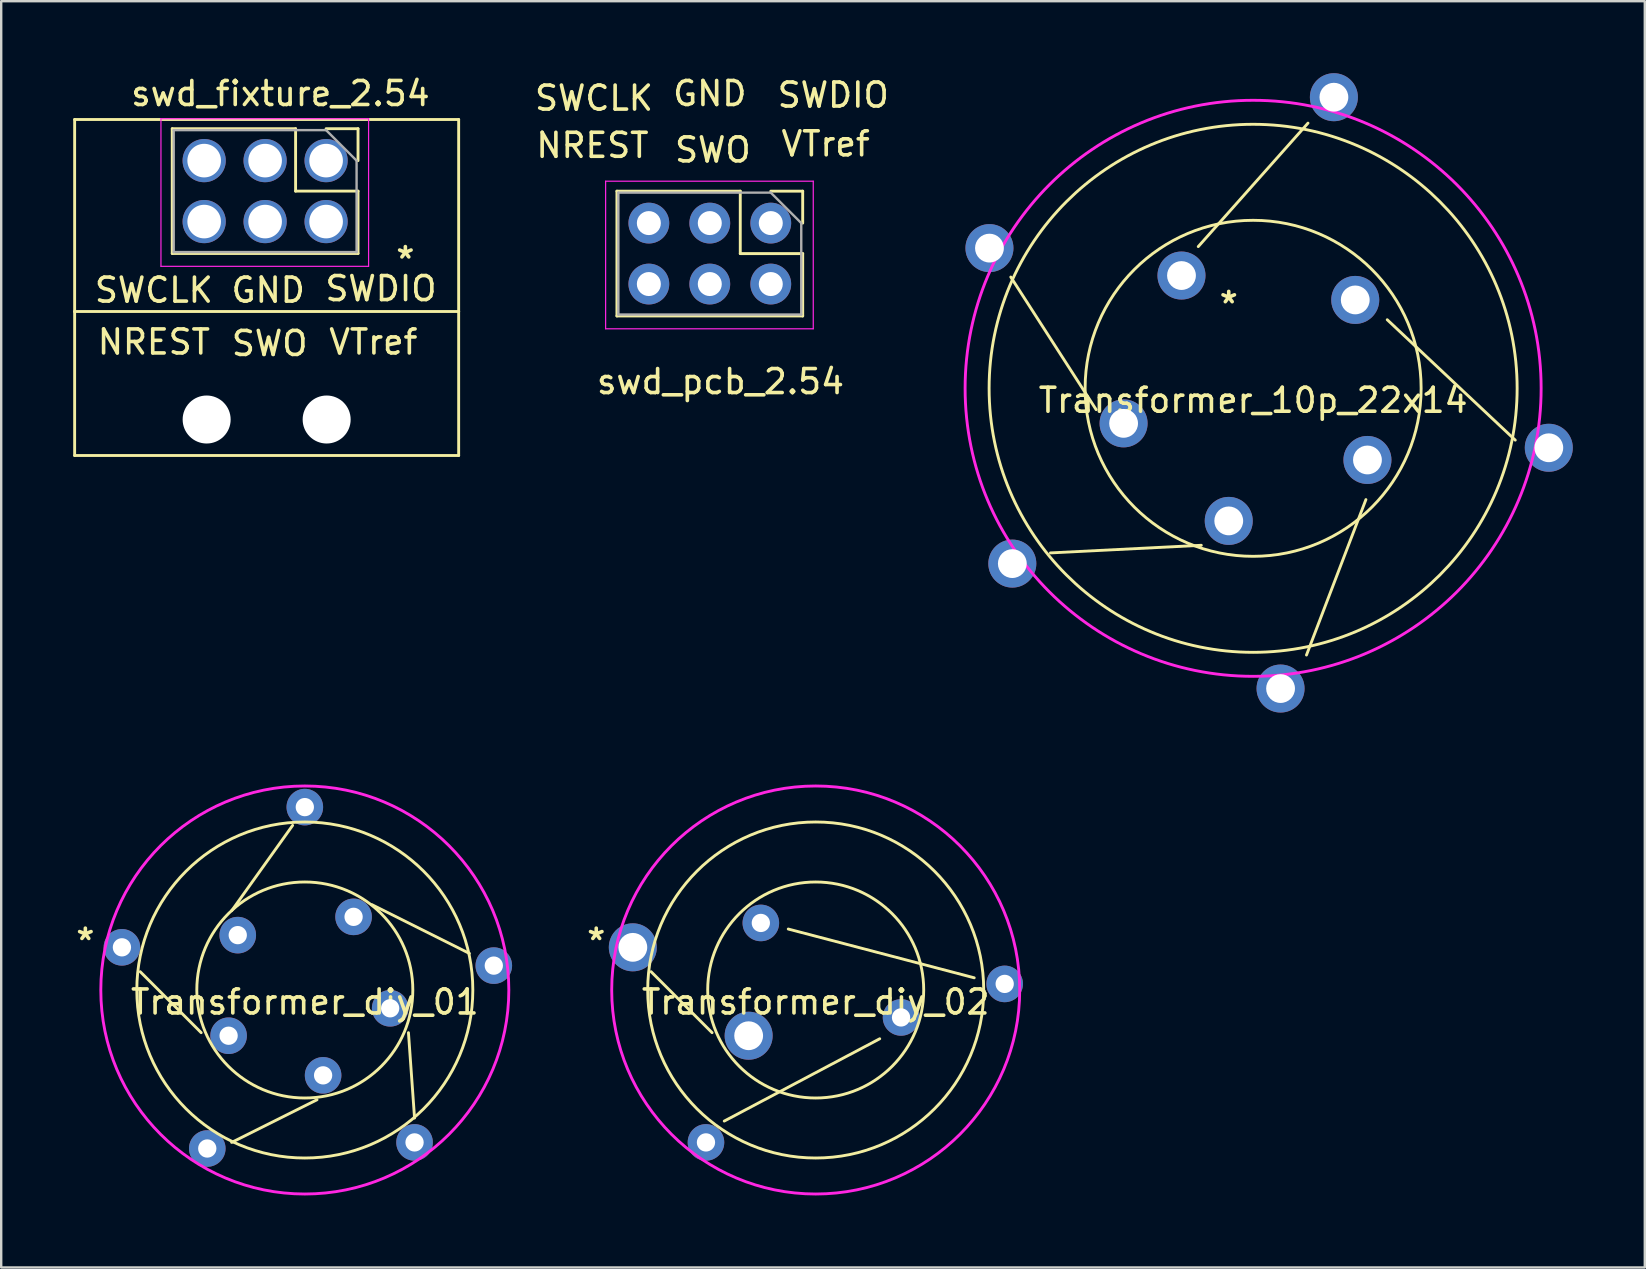
<source format=kicad_pcb>
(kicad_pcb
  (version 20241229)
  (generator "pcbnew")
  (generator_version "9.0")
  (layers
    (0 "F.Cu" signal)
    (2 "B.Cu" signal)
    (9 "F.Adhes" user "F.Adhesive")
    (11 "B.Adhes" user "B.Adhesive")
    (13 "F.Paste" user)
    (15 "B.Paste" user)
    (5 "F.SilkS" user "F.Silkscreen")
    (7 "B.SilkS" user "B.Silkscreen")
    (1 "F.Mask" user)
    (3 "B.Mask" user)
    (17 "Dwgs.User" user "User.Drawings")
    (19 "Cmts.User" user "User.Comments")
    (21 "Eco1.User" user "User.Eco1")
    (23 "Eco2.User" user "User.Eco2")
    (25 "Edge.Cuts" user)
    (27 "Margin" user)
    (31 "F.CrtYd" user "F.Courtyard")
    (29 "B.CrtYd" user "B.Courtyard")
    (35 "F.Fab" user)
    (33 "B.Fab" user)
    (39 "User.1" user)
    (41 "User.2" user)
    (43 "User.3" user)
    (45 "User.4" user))
  (footprint "Transformer_10p_22x14"
    (layer "F.Cu")
    (at 49.161 13.129)
    (property "Reference" "Transformer_10p_22x14" (at 0 0.5 0) (layer "F.SilkS") (effects (font (size 1 1) (thickness 0.15))))
    (attr through_hole)
    (fp_line (start -6.54 0.889) (end -10.097 -4.636) (stroke (width 0.12) (type solid)) (layer "F.SilkS"))
    (fp_line (start -2.286 -5.905) (end 2.286 -11.049) (stroke (width 0.12) (type solid)) (layer "F.SilkS"))
    (fp_line (start -2.159 6.54) (end -8.445 6.858) (stroke (width 0.12) (type solid)) (layer "F.SilkS"))
    (fp_line (start 4.699 4.636) (end 2.223 11.113) (stroke (width 0.12) (type solid)) (layer "F.SilkS"))
    (fp_line (start 5.588 -2.857) (end 10.922 2.159) (stroke (width 0.12) (type solid)) (layer "F.SilkS"))
    (fp_circle (center 0 0) (end 7 0) (stroke (width 0.12) (type solid)) (fill no) (layer "F.SilkS"))
    (fp_circle (center 0 0) (end 11 0) (stroke (width 0.12) (type solid)) (fill no) (layer "F.SilkS"))
    (fp_circle (center 0 0) (end 12 0) (stroke (width 0.12) (type solid)) (fill no) (layer "F.CrtYd"))
    (fp_text user "*" (at -1.016 -3.493 0) (layer "F.SilkS") (effects (font (size 1 1) (thickness 0.15))))
    (pad "1" thru_hole circle (at -2.985 -4.699) (size 2 2) (drill 1.2) (layers "*.Cu" "*.Mask"))
    (pad "2" thru_hole circle (at 3.365 -12.129) (size 2 2) (drill 1.2) (layers "*.Cu" "*.Mask"))
    (pad "3" thru_hole circle (at 4.255 -3.683) (size 2 2) (drill 1.2) (layers "*.Cu" "*.Mask"))
    (pad "4" thru_hole circle (at 12.319 2.477) (size 2 2) (drill 1.2) (layers "*.Cu" "*.Mask"))
    (pad "5" thru_hole circle (at 4.763 2.985) (size 2 2) (drill 1.2) (layers "*.Cu" "*.Mask"))
    (pad "6" thru_hole circle (at 1.143 12.509) (size 2 2) (drill 1.2) (layers "*.Cu" "*.Mask"))
    (pad "7" thru_hole circle (at -1.016 5.524) (size 2 2) (drill 1.2) (layers "*.Cu" "*.Mask"))
    (pad "8" thru_hole circle (at -10.033 7.303) (size 2 2) (drill 1.2) (layers "*.Cu" "*.Mask"))
    (pad "9" thru_hole circle (at -5.397 1.46) (size 2 2) (drill 1.2) (layers "*.Cu" "*.Mask"))
    (pad "10" thru_hole circle (at -10.986 -5.842) (size 2 2) (drill 1.2) (layers "*.Cu" "*.Mask")))
  (footprint "Transformer_diy_01"
    (layer "F.Cu")
    (at 9.65 38.198)
    (property "Reference" "Transformer_diy_01" (at 0 0.5 0) (layer "F.SilkS") (effects (font (size 1 1) (thickness 0.15))))
    (attr through_hole)
    (fp_line (start -6.858 -0.762) (end -4.318 1.778) (stroke (width 0.12) (type solid)) (layer "F.SilkS"))
    (fp_line (start -3.048 6.35) (end 0.508 4.572) (stroke (width 0.12) (type solid)) (layer "F.SilkS"))
    (fp_line (start -0.508 -6.858) (end -3.048 -3.302) (stroke (width 0.12) (type solid)) (layer "F.SilkS"))
    (fp_line (start 4.572 5.334) (end 4.318 1.778) (stroke (width 0.12) (type solid)) (layer "F.SilkS"))
    (fp_line (start 6.858 -1.524) (end 2.794 -3.556) (stroke (width 0.12) (type solid)) (layer "F.SilkS"))
    (fp_circle (center 0 0) (end 4.5 0) (stroke (width 0.12) (type solid)) (fill no) (layer "F.SilkS"))
    (fp_circle (center 0 0) (end 7 0) (stroke (width 0.12) (type solid)) (fill no) (layer "F.SilkS"))
    (fp_circle (center 0 0) (end 8.5 0) (stroke (width 0.12) (type solid)) (fill no) (layer "F.CrtYd"))
    (fp_text user "*" (at -9.144 -2.032 0) (layer "F.SilkS") (effects (font (size 1 1) (thickness 0.15))))
    (pad "1" thru_hole circle (at -7.62 -1.778) (size 1.524 1.524) (drill 0.762) (layers "*.Cu" "*.Mask"))
    (pad "2" thru_hole circle (at -3.175 1.905) (size 1.524 1.524) (drill 0.762) (layers "*.Cu" "*.Mask"))
    (pad "3" thru_hole circle (at 0 -7.62) (size 1.524 1.524) (drill 0.762) (layers "*.Cu" "*.Mask"))
    (pad "4" thru_hole circle (at -2.794 -2.286) (size 1.524 1.524) (drill 0.762) (layers "*.Cu" "*.Mask"))
    (pad "5" thru_hole circle (at 4.572 6.35) (size 1.524 1.524) (drill 0.762) (layers "*.Cu" "*.Mask"))
    (pad "6" thru_hole circle (at 3.556 0.762) (size 1.524 1.524) (drill 0.762) (layers "*.Cu" "*.Mask"))
    (pad "7" thru_hole circle (at 7.874 -1.016) (size 1.524 1.524) (drill 0.762) (layers "*.Cu" "*.Mask"))
    (pad "8" thru_hole circle (at 2.032 -3.048) (size 1.524 1.524) (drill 0.762) (layers "*.Cu" "*.Mask"))
    (pad "9" thru_hole circle (at -4.064 6.604) (size 1.524 1.524) (drill 0.762) (layers "*.Cu" "*.Mask"))
    (pad "10" thru_hole circle (at 0.762 3.556) (size 1.524 1.524) (drill 0.762) (layers "*.Cu" "*.Mask")))
  (footprint "swd_pcb_2.54"
    (layer "F.Cu")
    (at 26.587 12.532)
    (property "Reference" "swd_pcb_2.54" (at 0.381 0.318 180) (layer "F.SilkS") (effects (font (size 1 1) (thickness 0.15))))
    (attr through_hole)
    (fp_line (start -3.933 -7.617) (end -3.933 -2.417) (stroke (width 0.12) (type solid)) (layer "F.SilkS"))
    (fp_line (start 1.206 -7.617) (end -3.933 -7.617) (stroke (width 0.12) (type solid)) (layer "F.SilkS"))
    (fp_line (start 1.206 -7.617) (end 1.206 -5.016) (stroke (width 0.12) (type solid)) (layer "F.SilkS"))
    (fp_line (start 1.206 -5.016) (end 3.807 -5.016) (stroke (width 0.12) (type solid)) (layer "F.SilkS"))
    (fp_line (start 2.477 -7.617) (end 3.807 -7.617) (stroke (width 0.12) (type solid)) (layer "F.SilkS"))
    (fp_line (start 3.807 -7.617) (end 3.807 -6.287) (stroke (width 0.12) (type solid)) (layer "F.SilkS"))
    (fp_line (start 3.807 -5.016) (end 3.807 -2.417) (stroke (width 0.12) (type solid)) (layer "F.SilkS"))
    (fp_line (start 3.807 -2.417) (end -3.933 -2.417) (stroke (width 0.12) (type solid)) (layer "F.SilkS"))
    (fp_line (start -4.404 -8.033) (end -4.404 -1.883) (stroke (width 0.05) (type solid)) (layer "F.CrtYd"))
    (fp_line (start -4.404 -1.883) (end 4.247 -1.883) (stroke (width 0.05) (type solid)) (layer "F.CrtYd"))
    (fp_line (start 4.247 -8.033) (end -4.404 -8.033) (stroke (width 0.05) (type solid)) (layer "F.CrtYd"))
    (fp_line (start 4.247 -1.883) (end 4.247 -8.033) (stroke (width 0.05) (type solid)) (layer "F.CrtYd"))
    (fp_line (start -3.873 -7.556) (end 2.477 -7.556) (stroke (width 0.1) (type solid)) (layer "F.Fab"))
    (fp_line (start -3.873 -2.477) (end -3.873 -7.556) (stroke (width 0.1) (type solid)) (layer "F.Fab"))
    (fp_line (start 2.477 -7.556) (end 3.747 -6.287) (stroke (width 0.1) (type solid)) (layer "F.Fab"))
    (fp_line (start 3.747 -6.287) (end 3.747 -2.477) (stroke (width 0.1) (type solid)) (layer "F.Fab"))
    (fp_line (start 3.747 -2.477) (end -3.873 -2.477) (stroke (width 0.1) (type solid)) (layer "F.Fab"))
    (fp_text user "GND" (at -0.064 -11.684 0) (layer "F.SilkS") (effects (font (size 1 1) (thickness 0.15))))
    (fp_text user "VTref" (at 4.763 -9.588 0) (layer "F.SilkS") (effects (font (size 1 1) (thickness 0.15))))
    (fp_text user "SWO" (at 0.064 -9.335 0) (layer "F.SilkS") (effects (font (size 1 1) (thickness 0.15))))
    (fp_text user "NREST" (at -4.953 -9.525 0) (layer "F.SilkS") (effects (font (size 1 1) (thickness 0.15))))
    (fp_text user "SWDIO" (at 5.08 -11.62 0) (layer "F.SilkS") (effects (font (size 1 1) (thickness 0.15))))
    (fp_text user "SWCLK" (at -4.889 -11.493 0) (layer "F.SilkS") (effects (font (size 1 1) (thickness 0.15))))
    (pad "1" thru_hole circle (at 2.477 -6.287 270) (size 1.7 1.7) (drill 1) (layers "*.Cu" "*.Mask"))
    (pad "2" thru_hole circle (at 2.477 -3.747 270) (size 1.7 1.7) (drill 1) (layers "*.Cu" "*.Mask"))
    (pad "3" thru_hole circle (at -0.064 -6.287 270) (size 1.7 1.7) (drill 1) (layers "*.Cu" "*.Mask"))
    (pad "4" thru_hole circle (at -0.064 -3.747 270) (size 1.7 1.7) (drill 1) (layers "*.Cu" "*.Mask"))
    (pad "5" thru_hole circle (at -2.603 -6.287 270) (size 1.7 1.7) (drill 1) (layers "*.Cu" "*.Mask"))
    (pad "6" thru_hole circle (at -2.603 -3.747 270) (size 1.7 1.7) (drill 1) (layers "*.Cu" "*.Mask")))
  (footprint "swd_fixture_2.54"
    (layer "F.Cu")
    (at 8.06 9.929)
    (property "Reference" "swd_fixture_2.54" (at 0.572 -9.081 180) (layer "F.SilkS") (effects (font (size 1 1) (thickness 0.15))))
    (attr through_hole)
    (fp_line (start -8 -8) (end 8 -8) (stroke (width 0.12) (type solid)) (layer "F.SilkS"))
    (fp_line (start -8 0) (end -8 -8) (stroke (width 0.12) (type solid)) (layer "F.SilkS"))
    (fp_line (start -8 0) (end -8 6) (stroke (width 0.12) (type solid)) (layer "F.SilkS"))
    (fp_line (start -8 0) (end 8 0) (stroke (width 0.12) (type solid)) (layer "F.SilkS"))
    (fp_line (start -8 6) (end 8 6) (stroke (width 0.12) (type solid)) (layer "F.SilkS"))
    (fp_line (start -3.933 -7.617) (end -3.933 -2.417) (stroke (width 0.12) (type solid)) (layer "F.SilkS"))
    (fp_line (start 1.206 -7.617) (end -3.933 -7.617) (stroke (width 0.12) (type solid)) (layer "F.SilkS"))
    (fp_line (start 1.206 -7.617) (end 1.206 -5.016) (stroke (width 0.12) (type solid)) (layer "F.SilkS"))
    (fp_line (start 1.206 -5.016) (end 3.807 -5.016) (stroke (width 0.12) (type solid)) (layer "F.SilkS"))
    (fp_line (start 2.477 -7.617) (end 3.807 -7.617) (stroke (width 0.12) (type solid)) (layer "F.SilkS"))
    (fp_line (start 3.807 -7.617) (end 3.807 -6.287) (stroke (width 0.12) (type solid)) (layer "F.SilkS"))
    (fp_line (start 3.807 -5.016) (end 3.807 -2.417) (stroke (width 0.12) (type solid)) (layer "F.SilkS"))
    (fp_line (start 3.807 -2.417) (end -3.933 -2.417) (stroke (width 0.12) (type solid)) (layer "F.SilkS"))
    (fp_line (start 8 0) (end 8 -8) (stroke (width 0.12) (type solid)) (layer "F.SilkS"))
    (fp_line (start 8 6) (end 8 0) (stroke (width 0.12) (type solid)) (layer "F.SilkS"))
    (fp_line (start -4.404 -8.033) (end -4.404 -1.883) (stroke (width 0.05) (type solid)) (layer "F.CrtYd"))
    (fp_line (start -4.404 -1.883) (end 4.247 -1.883) (stroke (width 0.05) (type solid)) (layer "F.CrtYd"))
    (fp_line (start 4.247 -8.033) (end -4.404 -8.033) (stroke (width 0.05) (type solid)) (layer "F.CrtYd"))
    (fp_line (start 4.247 -1.883) (end 4.247 -8.033) (stroke (width 0.05) (type solid)) (layer "F.CrtYd"))
    (fp_line (start -3.873 -7.556) (end 2.477 -7.556) (stroke (width 0.1) (type solid)) (layer "F.Fab"))
    (fp_line (start -3.873 -2.477) (end -3.873 -7.556) (stroke (width 0.1) (type solid)) (layer "F.Fab"))
    (fp_line (start 2.477 -7.556) (end 3.747 -6.287) (stroke (width 0.1) (type solid)) (layer "F.Fab"))
    (fp_line (start 3.747 -6.287) (end 3.747 -2.477) (stroke (width 0.1) (type solid)) (layer "F.Fab"))
    (fp_line (start 3.747 -2.477) (end -3.873 -2.477) (stroke (width 0.1) (type solid)) (layer "F.Fab"))
    (fp_text user "NREST" (at -4.699 1.27 0) (layer "F.SilkS") (effects (font (size 1 1) (thickness 0.15))))
    (fp_text user "GND" (at 0.064 -0.889 0) (layer "F.SilkS") (effects (font (size 1 1) (thickness 0.15))))
    (fp_text user "SWDIO" (at 4.763 -0.953 0) (layer "F.SilkS") (effects (font (size 1 1) (thickness 0.15))))
    (fp_text user "*" (at 5.779 -2.159 0) (layer "F.SilkS") (effects (font (size 1 1) (thickness 0.15))))
    (fp_text user "VTref" (at 4.445 1.27 0) (layer "F.SilkS") (effects (font (size 1 1) (thickness 0.15))))
    (fp_text user "SWO" (at 0.127 1.333 0) (layer "F.SilkS") (effects (font (size 1 1) (thickness 0.15))))
    (fp_text user "SWCLK" (at -4.699 -0.889 0) (layer "F.SilkS") (effects (font (size 1 1) (thickness 0.15))))
    (pad "" np_thru_hole oval (at -2.5 4.5 90) (size 2 2) (drill 2) (layers "*.Cu" "*.Mask"))
    (pad "" np_thru_hole oval (at 2.5 4.5 90) (size 2 2) (drill 2) (layers "*.Cu" "*.Mask"))
    (pad "1" thru_hole circle (at 2.477 -6.287 270) (size 1.8 1.8) (drill 1.4) (layers "*.Cu" "*.Mask"))
    (pad "2" thru_hole oval (at 2.477 -3.747 270) (size 1.8 1.8) (drill 1.4) (layers "*.Cu" "*.Mask"))
    (pad "3" thru_hole oval (at -0.064 -6.287 270) (size 1.8 1.8) (drill 1.4) (layers "*.Cu" "*.Mask"))
    (pad "4" thru_hole oval (at -0.064 -3.747 270) (size 1.8 1.8) (drill 1.4) (layers "*.Cu" "*.Mask"))
    (pad "5" thru_hole oval (at -2.603 -6.287 270) (size 1.8 1.8) (drill 1.4) (layers "*.Cu" "*.Mask"))
    (pad "6" thru_hole oval (at -2.603 -3.747 270) (size 1.8 1.8) (drill 1.4) (layers "*.Cu" "*.Mask")))
  (footprint "Transformer_diy_02"
    (layer "F.Cu")
    (at 30.936 38.198)
    (property "Reference" "Transformer_diy_02" (at 0 0.5 0) (layer "F.SilkS") (effects (font (size 1 1) (thickness 0.15))))
    (attr through_hole)
    (fp_line (start -6.858 -0.762) (end -4.318 1.778) (stroke (width 0.12) (type solid)) (layer "F.SilkS"))
    (fp_line (start -3.81 5.461) (end 2.667 2.032) (stroke (width 0.12) (type solid)) (layer "F.SilkS"))
    (fp_line (start 6.604 -0.508) (end -1.143 -2.54) (stroke (width 0.12) (type solid)) (layer "F.SilkS"))
    (fp_circle (center 0 0) (end 4.5 0) (stroke (width 0.12) (type solid)) (fill no) (layer "F.SilkS"))
    (fp_circle (center 0 0) (end 7 0) (stroke (width 0.12) (type solid)) (fill no) (layer "F.SilkS"))
    (fp_circle (center 0 0) (end 8.5 0) (stroke (width 0.12) (type solid)) (fill no) (layer "F.CrtYd"))
    (fp_text user "*" (at -9.144 -2.032 0) (layer "F.SilkS") (effects (font (size 1 1) (thickness 0.15))))
    (pad "1" thru_hole circle (at -2.794 1.905) (size 2 2) (drill 1.2) (layers "*.Cu" "*.Mask"))
    (pad "2" thru_hole circle (at -7.62 -1.778) (size 2 2) (drill 1.2) (layers "*.Cu" "*.Mask"))
    (pad "3" thru_hole circle (at -2.286 -2.794) (size 1.524 1.524) (drill 0.762) (layers "*.Cu" "*.Mask"))
    (pad "4" thru_hole circle (at 7.874 -0.254) (size 1.524 1.524) (drill 0.762) (layers "*.Cu" "*.Mask"))
    (pad "5" thru_hole circle (at 3.556 1.143) (size 1.524 1.524) (drill 0.762) (layers "*.Cu" "*.Mask"))
    (pad "6" thru_hole circle (at -4.572 6.35) (size 1.524 1.524) (drill 0.762) (layers "*.Cu" "*.Mask")))
  (gr_rect
    (start -3 -3)
    (end 65.48 49.758)
    (stroke (width 0.1) (type default))
    (fill no)
    (layer "Edge.Cuts")))
</source>
